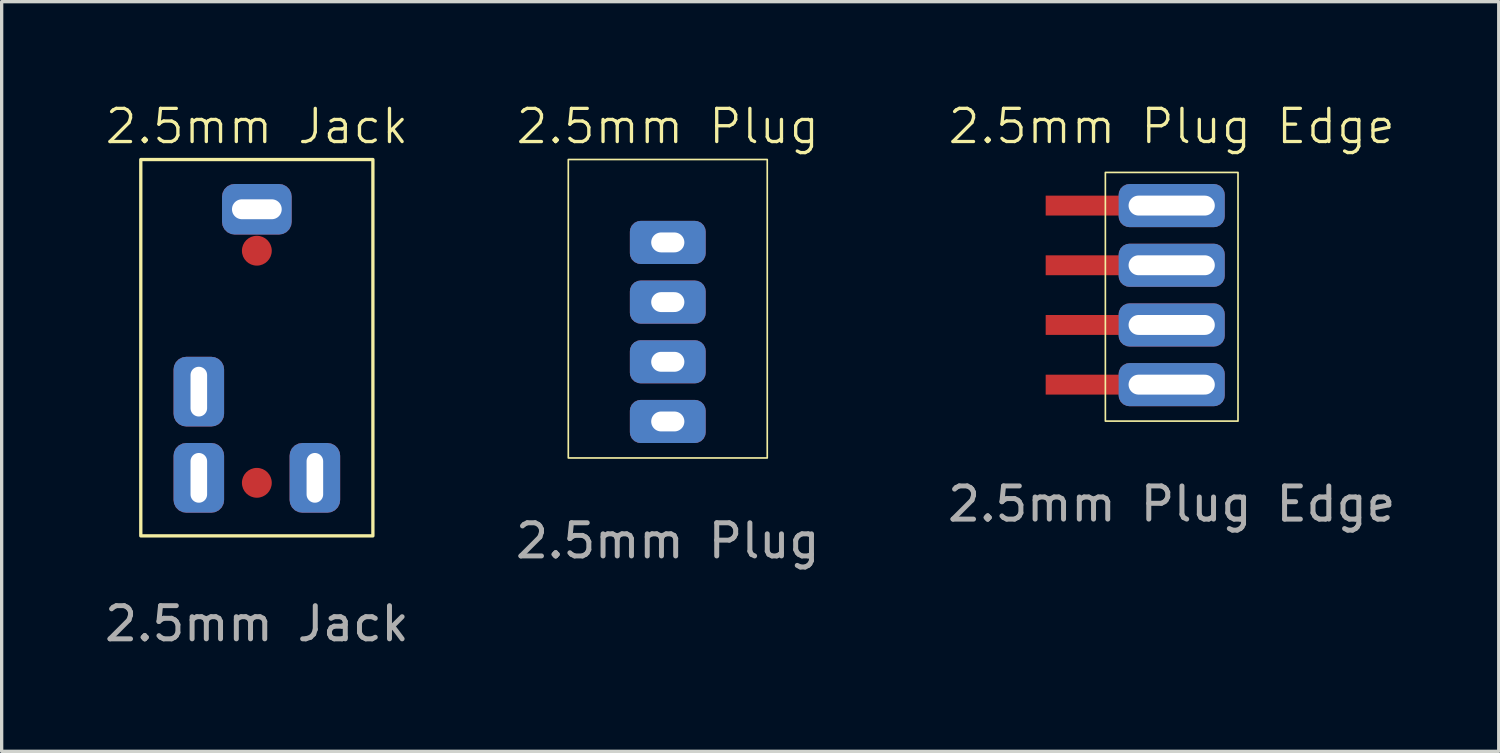
<source format=kicad_pcb>
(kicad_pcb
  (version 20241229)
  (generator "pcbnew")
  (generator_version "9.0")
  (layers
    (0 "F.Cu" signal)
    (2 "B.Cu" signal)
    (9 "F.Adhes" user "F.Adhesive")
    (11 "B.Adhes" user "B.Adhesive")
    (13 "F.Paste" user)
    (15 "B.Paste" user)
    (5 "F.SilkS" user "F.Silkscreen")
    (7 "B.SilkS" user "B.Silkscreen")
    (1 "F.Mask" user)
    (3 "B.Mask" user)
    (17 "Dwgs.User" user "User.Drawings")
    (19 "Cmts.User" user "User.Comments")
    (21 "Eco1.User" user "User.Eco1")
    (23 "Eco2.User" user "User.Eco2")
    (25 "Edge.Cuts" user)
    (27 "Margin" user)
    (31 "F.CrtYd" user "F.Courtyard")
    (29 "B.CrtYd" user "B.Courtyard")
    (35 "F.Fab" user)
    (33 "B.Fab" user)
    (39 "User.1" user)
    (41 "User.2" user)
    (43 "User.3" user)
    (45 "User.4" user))
  (footprint "2.5mm Jack"
    (layer "F.Cu")
    (at 4.696 13.261)
    (property "Reference" "2.5mm Jack" (at 0 -12.5 0) (unlocked yes) (layer "F.SilkS") (effects (font (size 1 1) (thickness 0.1))))
    (attr smd)
    (fp_circle (center 0 -8.75) (end 0.4 -8.75) (stroke (width 0.1) (type solid)) (fill yes) (layer "F.Cu"))
    (fp_circle (center 0 -1.75) (end 0.4 -1.75) (stroke (width 0.1) (type solid)) (fill yes) (layer "F.Cu"))
    (fp_rect (start -3.5 -11.5) (end 3.5 -0.15) (stroke (width 0.1) (type default)) (fill no) (layer "F.SilkS"))
    (fp_text user "${REFERENCE}" (at 0 2.5 0) (unlocked yes) (layer "F.Fab") (effects (font (size 1 1) (thickness 0.15))))
    (pad "R1" thru_hole roundrect (at -1.75 -4.5 270) (size 2.1 1.524) (drill oval 1.5 0.5) (layers "*.Cu" "*.Mask") (roundrect_rratio 0.25))
    (pad "R2" thru_hole roundrect (at 1.75 -1.9 270) (size 2.1 1.524) (drill oval 1.5 0.5) (layers "*.Cu" "*.Mask") (roundrect_rratio 0.25))
    (pad "S" thru_hole roundrect (at -1.75 -1.9 270) (size 2.1 1.524) (drill oval 1.5 0.5) (layers "*.Cu" "*.Mask") (roundrect_rratio 0.25))
    (pad "T" thru_hole roundrect (at 0 -10) (size 2.1 1.524) (drill oval 1.5 0.6) (layers "*.Cu" "*.Mask") (roundrect_rratio 0.25))
    (zone (net_name "") (layer "F.SilkS") (hatch edge 0.5) (connect_pads) (min_thickness 0.25) (filled_areas_thickness no) (keepout (tracks not_allowed) (vias not_allowed) (pads not_allowed) (copperpour allowed) (footprints allowed)) (placement (enabled no)) (fill) (polygon (pts (xy 1.196 1.76) (xy 1.196 13.111) (xy 8.196 13.111) (xy 8.196 1.76)))))
  (footprint "2.5mm Plug Edge"
    (layer "F.Cu")
    (at 32.286 9.65)
    (property "Reference" "2.5mm Plug Edge" (at 0 -8.89 0) (unlocked yes) (layer "F.SilkS") (effects (font (size 1 1) (thickness 0.1))))
    (attr smd)
    (fp_rect (start -3.8 -6.8) (end -1 -6.2) (stroke (width 0) (type solid)) (fill yes) (layer "F.Cu"))
    (fp_rect (start -3.8 -5) (end -1 -4.4) (stroke (width 0) (type solid)) (fill yes) (layer "F.Cu"))
    (fp_rect (start -3.8 -3.2) (end -1 -2.6) (stroke (width 0) (type solid)) (fill yes) (layer "F.Cu"))
    (fp_rect (start -3.8 -1.4) (end -1 -0.8) (stroke (width 0) (type solid)) (fill yes) (layer "F.Cu"))
    (fp_rect (start -2 -7.5) (end 2 0) (stroke (width 0.05) (type default)) (fill no) (layer "F.SilkS"))
    (fp_text user "${REFERENCE}" (at 0 2.5 0) (unlocked yes) (layer "F.Fab") (effects (font (size 1 1) (thickness 0.15))))
    (pad "R1" thru_hole roundrect (at 0 -4.7) (size 3.2 1.3) (drill oval 2.6 0.6) (layers "*.Cu" "*.Mask") (roundrect_rratio 0.25))
    (pad "R2" thru_hole roundrect (at 0 -2.9) (size 3.2 1.3) (drill oval 2.6 0.6) (layers "*.Cu" "*.Mask") (roundrect_rratio 0.25))
    (pad "S" thru_hole roundrect (at 0 -1.1) (size 3.2 1.3) (drill oval 2.6 0.6) (layers "*.Cu" "*.Mask") (roundrect_rratio 0.25))
    (pad "T" thru_hole roundrect (at 0 -6.5) (size 3.2 1.3) (drill oval 2.6 0.6) (layers "*.Cu" "*.Mask") (roundrect_rratio 0.25))
    (zone (net_name "") (layer "F.SilkS") (hatch edge 0.5) (connect_pads) (min_thickness 0.25) (filled_areas_thickness no) (keepout (tracks not_allowed) (vias not_allowed) (pads not_allowed) (copperpour allowed) (footprints allowed)) (placement (enabled no)) (fill) (polygon (pts (xy 24.786 2.151) (xy 24.786 9.65) (xy 34.286 9.65) (xy 34.286 2.151)))))
  (footprint "2.5mm Plug"
    (layer "F.Cu")
    (at 17.089 10.761)
    (property "Reference" "2.5mm Plug" (at 0 -10 0) (unlocked yes) (layer "F.SilkS") (effects (font (size 1 1) (thickness 0.1))))
    (attr smd)
    (fp_rect (start -3 -9) (end 3 0) (stroke (width 0.05) (type default)) (fill no) (layer "F.SilkS"))
    (fp_text user "${REFERENCE}" (at 0 2.5 0) (unlocked yes) (layer "F.Fab") (effects (font (size 1 1) (thickness 0.15))))
    (pad "R1" thru_hole roundrect (at 0 -4.7) (size 2.286 1.3) (drill oval 1 0.6) (layers "*.Cu" "*.Mask") (roundrect_rratio 0.25))
    (pad "R2" thru_hole roundrect (at 0 -2.9) (size 2.286 1.3) (drill oval 1 0.6) (layers "*.Cu" "*.Mask") (roundrect_rratio 0.25))
    (pad "S" thru_hole roundrect (at 0 -1.1) (size 2.286 1.3) (drill oval 1 0.6) (layers "*.Cu" "*.Mask") (roundrect_rratio 0.25))
    (pad "T" thru_hole roundrect (at 0 -6.5) (size 2.286 1.3) (drill oval 1 0.6) (layers "*.Cu" "*.Mask") (roundrect_rratio 0.25))
    (zone (net_name "") (layer "F.SilkS") (hatch edge 0.5) (connect_pads) (min_thickness 0.25) (filled_areas_thickness no) (keepout (tracks not_allowed) (vias not_allowed) (pads not_allowed) (copperpour allowed) (footprints allowed)) (placement (enabled no)) (fill) (polygon (pts (xy 14.089 1.76) (xy 14.089 10.761) (xy 20.089 10.761) (xy 20.089 1.76)))))
  (gr_rect
    (start -3 -3)
    (end 42.149 19.609)
    (stroke (width 0.1) (type default))
    (fill no)
    (layer "Edge.Cuts")))
</source>
